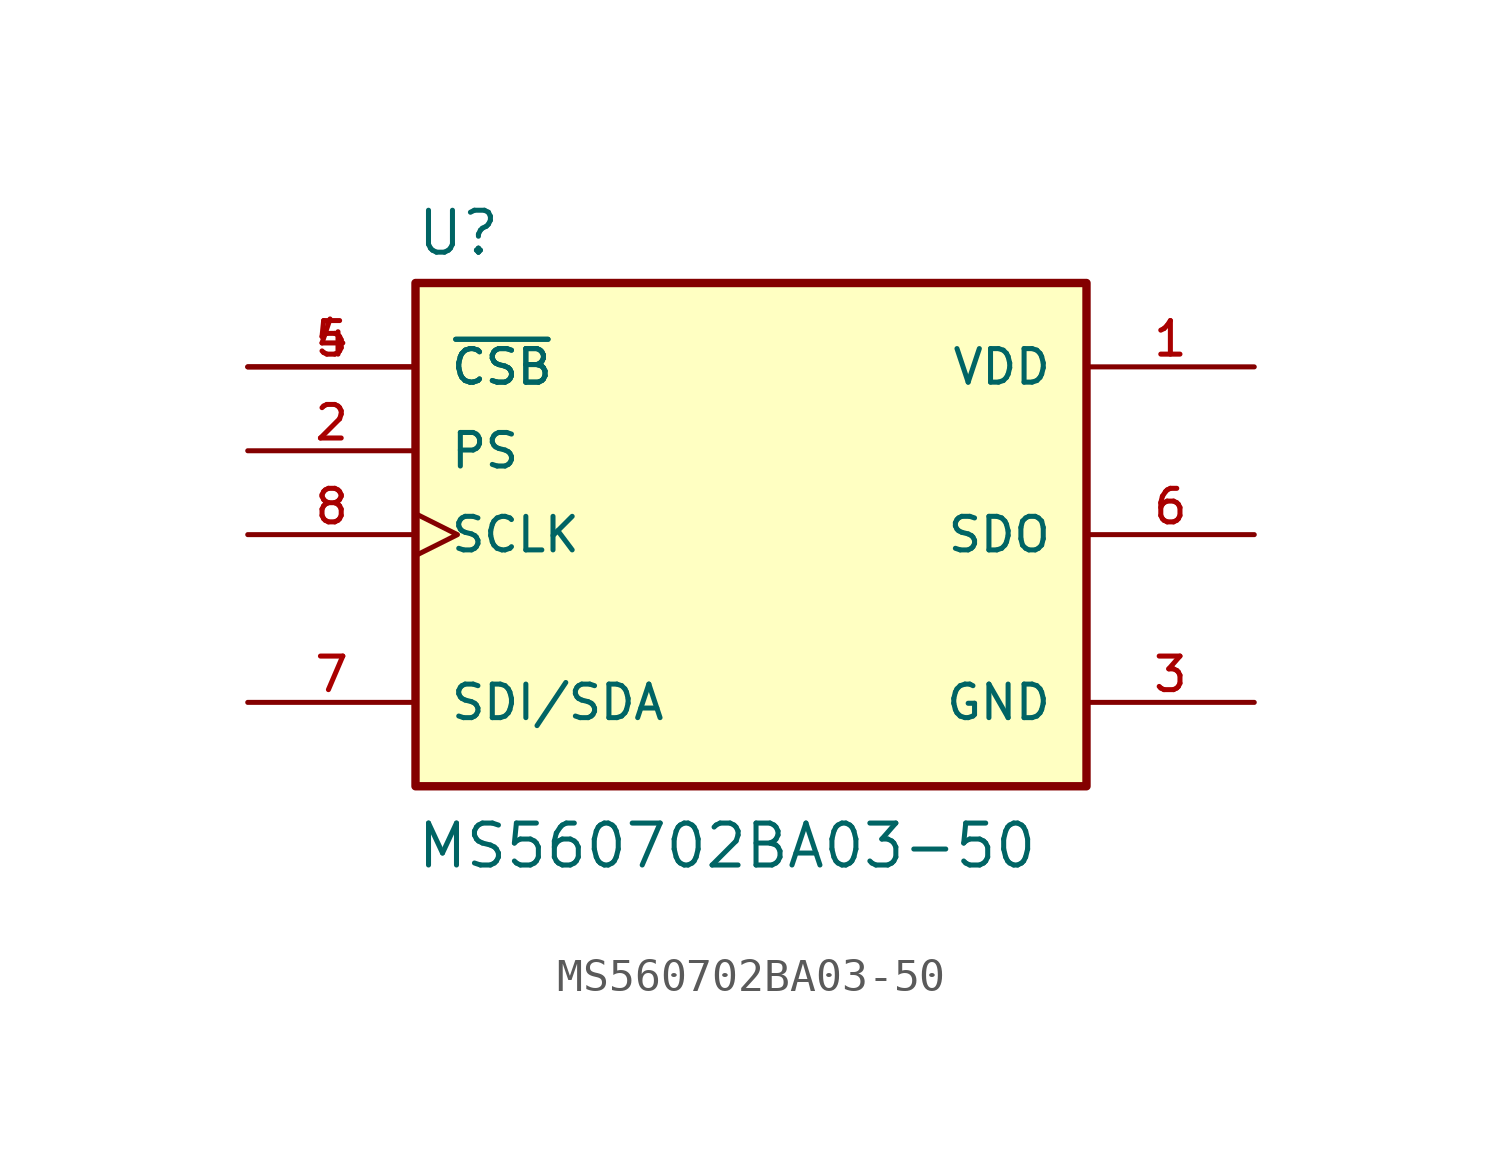
<source format=kicad_sym>
(kicad_symbol_lib
  (version 20211014)
  (generator kicad_symbol_editor)
  (symbol "MS560702BA03-50"
    (pin_names
      (offset 1.016))
    (property "Reference" "U"
      (at -10.169 8.39 0)
      (effects (font (size 1.27 1.27)) (justify bottom left)))
    (property "Value" "MS560702BA03-50"
      (at -10.168 -10.168 0)
      (effects (font (size 1.27 1.27)) (justify bottom left)))
    (symbol "MS560702BA03-50_0_0"
      (rectangle (start -10.16 -7.62) (end 10.16 7.62) (stroke (width 0.254)) (fill (type background)))
      (pin power_in line (at 15.24 5.08 180.0) (length 5.08) (name "VDD" (effects (font (size 1.016 1.016)))) (number "1" (effects (font (size 1.016 1.016)))))
      (pin power_in line (at 15.24 -5.08 180.0) (length 5.08) (name "GND" (effects (font (size 1.016 1.016)))) (number "3" (effects (font (size 1.016 1.016)))))
      (pin input line (at -15.24 2.54 0) (length 5.08) (name "PS" (effects (font (size 1.016 1.016)))) (number "2" (effects (font (size 1.016 1.016)))))
      (pin input line (at -15.24 5.08 0) (length 5.08) (name "~{CSB}" (effects (font (size 1.016 1.016)))) (number "4" (effects (font (size 1.016 1.016)))))
      (pin input line (at -15.24 5.08 0) (length 5.08) (name "~{CSB}" (effects (font (size 1.016 1.016)))) (number "5" (effects (font (size 1.016 1.016)))))
      (pin output line (at 15.24 0.0 180.0) (length 5.08) (name "SDO" (effects (font (size 1.016 1.016)))) (number "6" (effects (font (size 1.016 1.016)))))
      (pin bidirectional line (at -15.24 -5.08 0) (length 5.08) (name "SDI/SDA" (effects (font (size 1.016 1.016)))) (number "7" (effects (font (size 1.016 1.016)))))
      (pin input clock (at -15.24 0.0 0) (length 5.08) (name "SCLK" (effects (font (size 1.016 1.016)))) (number "8" (effects (font (size 1.016 1.016))))))))
</source>
